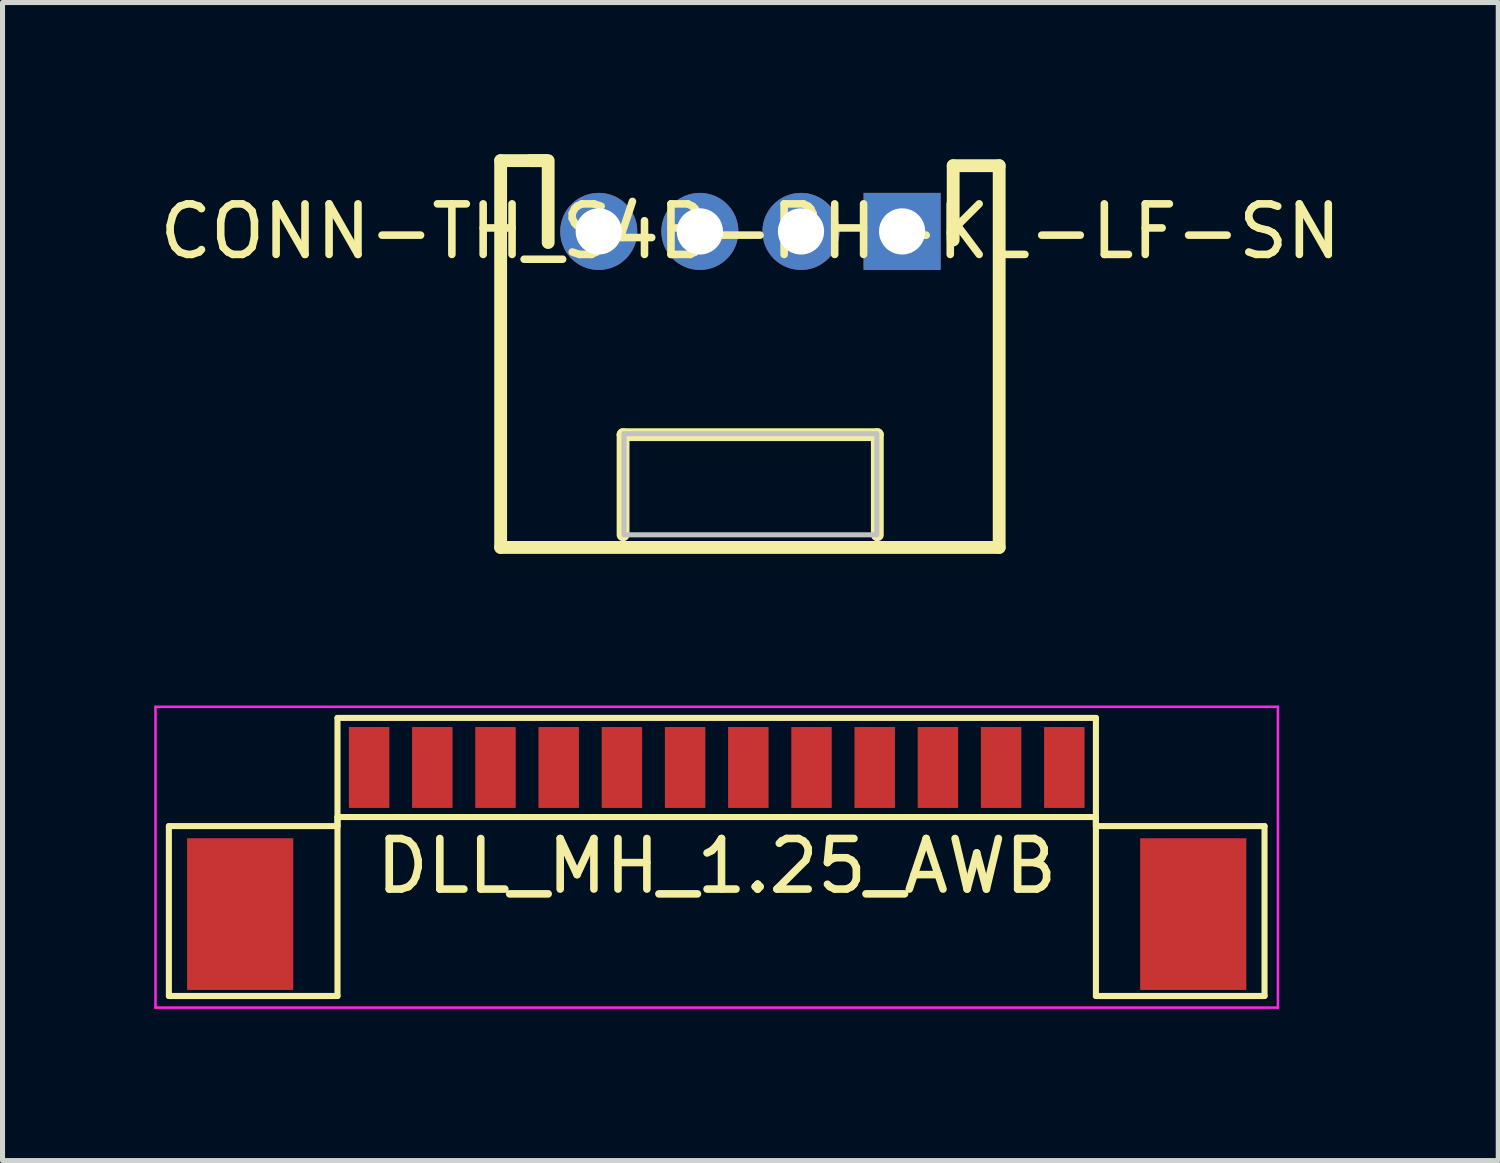
<source format=kicad_pcb>
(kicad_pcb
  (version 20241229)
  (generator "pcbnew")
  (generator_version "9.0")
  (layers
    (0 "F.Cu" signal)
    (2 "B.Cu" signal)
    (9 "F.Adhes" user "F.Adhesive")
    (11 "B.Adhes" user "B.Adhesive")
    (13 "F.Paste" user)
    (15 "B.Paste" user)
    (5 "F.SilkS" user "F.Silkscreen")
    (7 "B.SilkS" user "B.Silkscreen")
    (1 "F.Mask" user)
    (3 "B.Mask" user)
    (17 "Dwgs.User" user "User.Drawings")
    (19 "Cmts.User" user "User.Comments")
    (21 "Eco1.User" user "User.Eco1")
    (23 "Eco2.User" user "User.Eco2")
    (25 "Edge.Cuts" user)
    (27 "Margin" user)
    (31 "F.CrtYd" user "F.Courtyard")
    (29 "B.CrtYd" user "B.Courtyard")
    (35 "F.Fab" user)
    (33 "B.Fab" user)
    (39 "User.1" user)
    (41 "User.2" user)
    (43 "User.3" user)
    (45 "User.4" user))
  (footprint "DLL_MH_1.25_AWB"
    (layer "F.Cu")
    (at 11.125 12.129)
    (property "Reference" "DLL_MH_1.25_AWB" (at 0 1.95 0) (unlocked yes) (layer "F.SilkS") (effects (font (size 1 1) (thickness 0.15))))
    (attr smd)
    (fp_line (start -10.835 1.16) (end -7.5 1.16) (stroke (width 0.12) (type default)) (layer "F.SilkS"))
    (fp_line (start -10.835 4.52) (end -10.835 1.16) (stroke (width 0.12) (type default)) (layer "F.SilkS"))
    (fp_line (start -7.5 -0.98) (end 7.5 -0.98) (stroke (width 0.12) (type default)) (layer "F.SilkS"))
    (fp_line (start -7.5 0.98) (end -7.5 4.52) (stroke (width 0.12) (type default)) (layer "F.SilkS"))
    (fp_line (start -7.5 0.98) (end 7.5 0.98) (stroke (width 0.12) (type default)) (layer "F.SilkS"))
    (fp_line (start -7.5 1.16) (end -7.5 -0.98) (stroke (width 0.12) (type default)) (layer "F.SilkS"))
    (fp_line (start -7.5 4.52) (end -10.835 4.52) (stroke (width 0.12) (type default)) (layer "F.SilkS"))
    (fp_line (start 7.5 0.98) (end 7.5 4.52) (stroke (width 0.12) (type default)) (layer "F.SilkS"))
    (fp_line (start 7.5 1.16) (end 7.5 -0.98) (stroke (width 0.12) (type default)) (layer "F.SilkS"))
    (fp_line (start 7.5 4.52) (end 10.835 4.52) (stroke (width 0.12) (type default)) (layer "F.SilkS"))
    (fp_line (start 10.835 1.16) (end 7.5 1.16) (stroke (width 0.12) (type default)) (layer "F.SilkS"))
    (fp_line (start 10.835 4.52) (end 10.835 1.16) (stroke (width 0.12) (type default)) (layer "F.SilkS"))
    (fp_line (start -11.1 -1.2) (end -11.1 4.75) (stroke (width 0.05) (type default)) (layer "F.CrtYd"))
    (fp_line (start -11.1 -1.2) (end 11.1 -1.2) (stroke (width 0.05) (type default)) (layer "F.CrtYd"))
    (fp_line (start -11.1 4.75) (end 11.1 4.75) (stroke (width 0.05) (type default)) (layer "F.CrtYd"))
    (fp_line (start 11.1 -1.2) (end 11.1 4.75) (stroke (width 0.05) (type default)) (layer "F.CrtYd"))
    (pad "0" smd rect (at -9.425 2.9) (size 2.1 3) (layers "F.Cu" "F.Mask" "F.Paste"))
    (pad "0" smd rect (at 9.425 2.9) (size 2.1 3) (layers "F.Cu" "F.Mask" "F.Paste"))
    (pad "1" smd rect (at -6.875 0) (size 0.8 1.6) (layers "F.Cu" "F.Mask" "F.Paste"))
    (pad "2" smd rect (at -5.625 0) (size 0.8 1.6) (layers "F.Cu" "F.Mask" "F.Paste"))
    (pad "3" smd rect (at -4.375 0) (size 0.8 1.6) (layers "F.Cu" "F.Mask" "F.Paste"))
    (pad "4" smd rect (at -3.125 0) (size 0.8 1.6) (layers "F.Cu" "F.Mask" "F.Paste"))
    (pad "5" smd rect (at -1.875 0) (size 0.8 1.6) (layers "F.Cu" "F.Mask" "F.Paste"))
    (pad "6" smd rect (at -0.625 0) (size 0.8 1.6) (layers "F.Cu" "F.Mask" "F.Paste"))
    (pad "7" smd rect (at 0.625 0) (size 0.8 1.6) (layers "F.Cu" "F.Mask" "F.Paste"))
    (pad "8" smd rect (at 1.875 0) (size 0.8 1.6) (layers "F.Cu" "F.Mask" "F.Paste"))
    (pad "9" smd rect (at 3.125 0) (size 0.8 1.6) (layers "F.Cu" "F.Mask" "F.Paste"))
    (pad "10" smd rect (at 4.375 0) (size 0.8 1.6) (layers "F.Cu" "F.Mask" "F.Paste"))
    (pad "11" smd rect (at 5.625 0) (size 0.8 1.6) (layers "F.Cu" "F.Mask" "F.Paste"))
    (pad "12" smd rect (at 6.875 0) (size 0.8 1.6) (layers "F.Cu" "F.Mask" "F.Paste")))
  (footprint "CONN-TH_S4B-PH-KL-LF-SN"
    (layer "F.Cu")
    (at 11.792 1.527)
    (property "Reference" "CONN-TH_S4B-PH-KL-LF-SN" (at 0 0 0) (unlocked yes) (layer "F.SilkS") (effects (font (size 1 1) (thickness 0.15))))
    (fp_line (start -4.94 -1.4) (end -4.05 -1.4) (stroke (width 0.254) (type default)) (layer "F.SilkS"))
    (fp_line (start -4.94 6.25) (end -4.94 -1.4) (stroke (width 0.254) (type default)) (layer "F.SilkS"))
    (fp_line (start -4.05 -1.4) (end -4.36 -1.4) (stroke (width 0.254) (type default)) (layer "F.SilkS"))
    (fp_line (start -4 -1.4) (end -4 0.22) (stroke (width 0.254) (type default)) (layer "F.SilkS"))
    (fp_line (start -2.519 4.02) (end 2.51 4.02) (stroke (width 0.254) (type default)) (layer "F.SilkS"))
    (fp_line (start -2.519 6) (end -2.519 4.02) (stroke (width 0.254) (type default)) (layer "F.SilkS"))
    (fp_line (start 2.51 4.02) (end 2.51 6) (stroke (width 0.254) (type default)) (layer "F.SilkS"))
    (fp_line (start 4.01 -1.3) (end 4.92 -1.3) (stroke (width 0.254) (type default)) (layer "F.SilkS"))
    (fp_line (start 4.01 0.17) (end 4.01 -1.3) (stroke (width 0.254) (type default)) (layer "F.SilkS"))
    (fp_line (start 4.92 -1.3) (end 4.92 6.25) (stroke (width 0.254) (type default)) (layer "F.SilkS"))
    (fp_line (start 4.92 6.25) (end -4.94 6.25) (stroke (width 0.254) (type default)) (layer "F.SilkS"))
    (fp_poly (pts (xy 2.5 6) (xy 2.5 4) (xy -2.5 4) (xy -2.5 6)) (stroke (width 0.1) (type default)) (fill no) (layer "Dwgs.User"))
    (fp_poly (pts (xy -2.75 0.25) (xy -3.25 0.25) (xy -3.25 -0.25) (xy -2.75 -0.25)) (stroke (width 0.1) (type default)) (fill no) (layer "User.1"))
    (fp_poly (pts (xy -0.75 0.25) (xy -1.25 0.25) (xy -1.25 -0.25) (xy -0.75 -0.25)) (stroke (width 0.1) (type default)) (fill no) (layer "User.1"))
    (fp_poly (pts (xy 1.25 0.25) (xy 0.75 0.25) (xy 0.75 -0.25) (xy 1.25 -0.25)) (stroke (width 0.1) (type default)) (fill no) (layer "User.1"))
    (fp_poly (pts (xy 3.25 0.25) (xy 2.75 0.25) (xy 2.75 -0.25) (xy 3.25 -0.25)) (stroke (width 0.1) (type default)) (fill no) (layer "User.1"))
    (fp_line (start -4.95 -1.35) (end -4 -1.35) (stroke (width 0.051) (type default)) (layer "User.2"))
    (fp_line (start -4.95 6.25) (end -4.95 -1.35) (stroke (width 0.051) (type default)) (layer "User.2"))
    (fp_line (start -4 -1.35) (end -4 0.25) (stroke (width 0.051) (type default)) (layer "User.2"))
    (fp_line (start -4 0.25) (end 4 0.25) (stroke (width 0.051) (type default)) (layer "User.2"))
    (fp_line (start 4 -1.35) (end 4.95 -1.35) (stroke (width 0.051) (type default)) (layer "User.2"))
    (fp_line (start 4 0.25) (end 4 -1.35) (stroke (width 0.051) (type default)) (layer "User.2"))
    (fp_line (start 4.95 -1.35) (end 4.95 6.25) (stroke (width 0.051) (type default)) (layer "User.2"))
    (fp_line (start 4.95 6.25) (end -4.95 6.25) (stroke (width 0.051) (type default)) (layer "User.2"))
    (fp_poly (pts (xy 5.01 -1.35) (xy 4.992 -1.392) (xy 4.95 -1.41) (xy 4.908 -1.392) (xy 4.89 -1.35) (xy 4.908 -1.308) (xy 4.95 -1.29) (xy 4.992 -1.308)) (stroke (width 0.1) (type default)) (fill no) (layer "User.3"))
    (pad "1" thru_hole rect (at 3 0 180) (size 1.524 1.524) (drill 0.914) (layers "*.Cu" "*.Mask"))
    (pad "2" thru_hole circle (at 1 0 180) (size 1.524 1.524) (drill 0.914) (layers "*.Cu" "*.Mask"))
    (pad "3" thru_hole circle (at -1 0 180) (size 1.524 1.524) (drill 0.914) (layers "*.Cu" "*.Mask"))
    (pad "4" thru_hole circle (at -3 0 180) (size 1.524 1.524) (drill 0.914) (layers "*.Cu" "*.Mask")))
  (gr_rect
    (start -3 -3)
    (end 26.583 19.904)
    (stroke (width 0.1) (type default))
    (fill no)
    (layer "Edge.Cuts")))
</source>
